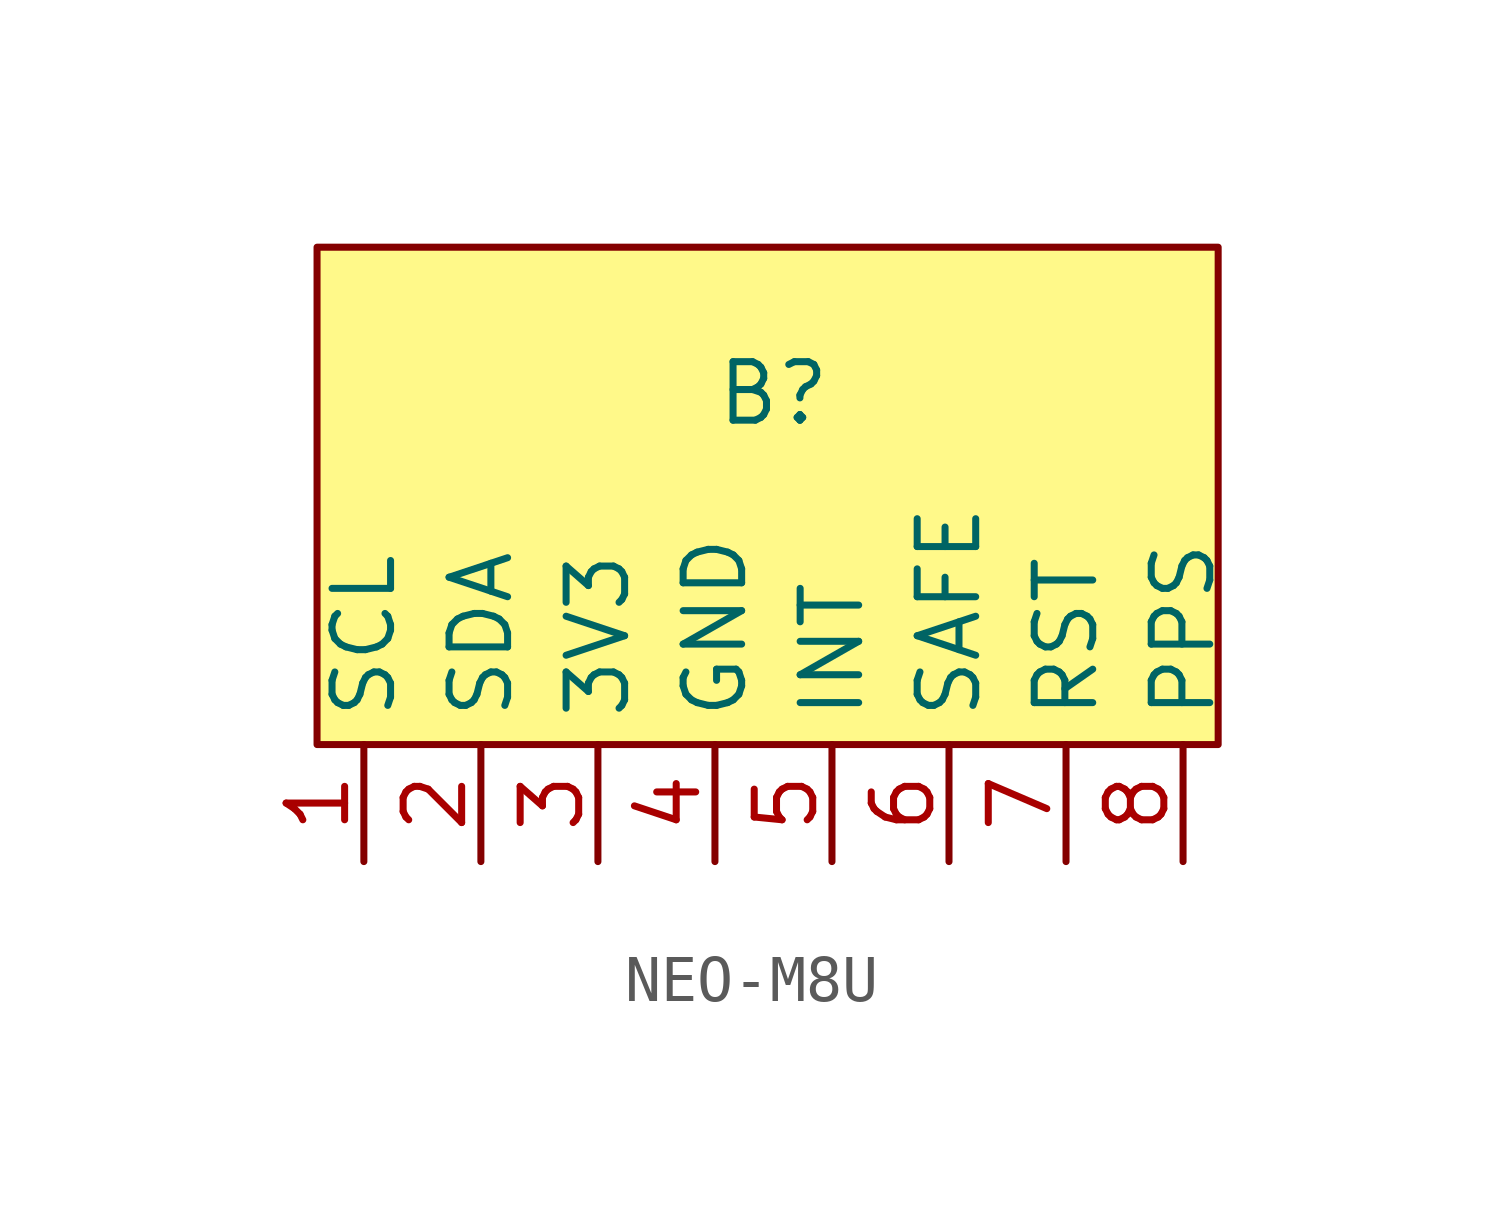
<source format=kicad_sym>
(kicad_symbol_lib
  (version 20241209)
  (generator "kicad_symbol_editor")
  (generator_version "9.0")
  (symbol "NEO-M8U"
    (property "Reference" "B"
      (at 0 0 0)
      (effects (font (size 1.27 1.27))))
    (property "Value" ""
      (at 0 0 0)
      (effects (font (size 1.27 1.27))))
    (symbol "NEO-M8U_1_1"
      (rectangle (start -9.906 3.175) (end 9.652 -7.62) (stroke (width 0) (type solid)) (fill (type color) (color 255 249 137 1)))
      (pin input line (at -8.89 -10.16 90) (length 2.54) (name "SCL" (effects (font (size 1.27 1.27)))) (number "1" (effects (font (size 1.27 1.27)))))
      (pin input line (at -6.35 -10.16 90) (length 2.54) (name "SDA" (effects (font (size 1.27 1.27)))) (number "2" (effects (font (size 1.27 1.27)))))
      (pin input line (at -3.81 -10.16 90) (length 2.54) (name "3V3" (effects (font (size 1.27 1.27)))) (number "3" (effects (font (size 1.27 1.27)))))
      (pin input line (at -1.27 -10.16 90) (length 2.54) (name "GND" (effects (font (size 1.27 1.27)))) (number "4" (effects (font (size 1.27 1.27)))))
      (pin input line (at 1.27 -10.16 90) (length 2.54) (name "INT" (effects (font (size 1.27 1.27)))) (number "5" (effects (font (size 1.27 1.27)))))
      (pin input line (at 3.81 -10.16 90) (length 2.54) (name "SAFE" (effects (font (size 1.27 1.27)))) (number "6" (effects (font (size 1.27 1.27)))))
      (pin input line (at 6.35 -10.16 90) (length 2.54) (name "RST" (effects (font (size 1.27 1.27)))) (number "7" (effects (font (size 1.27 1.27)))))
      (pin input line (at 8.89 -10.16 90) (length 2.54) (name "PPS" (effects (font (size 1.27 1.27)))) (number "8" (effects (font (size 1.27 1.27))))))))
</source>
